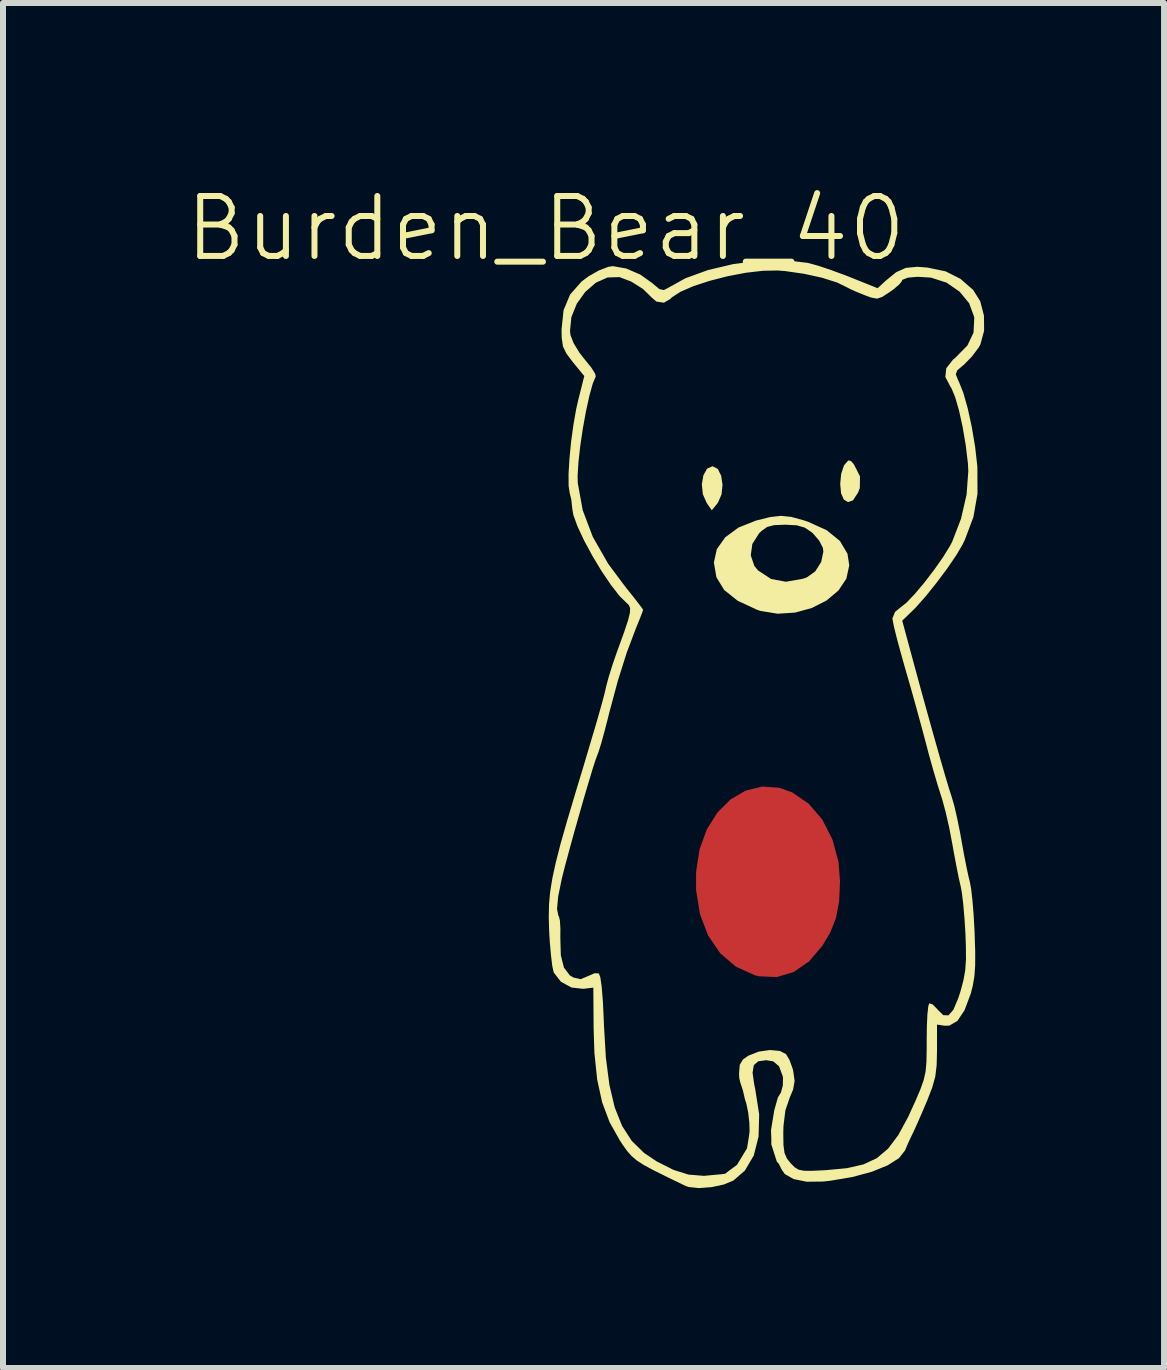
<source format=kicad_pcb>
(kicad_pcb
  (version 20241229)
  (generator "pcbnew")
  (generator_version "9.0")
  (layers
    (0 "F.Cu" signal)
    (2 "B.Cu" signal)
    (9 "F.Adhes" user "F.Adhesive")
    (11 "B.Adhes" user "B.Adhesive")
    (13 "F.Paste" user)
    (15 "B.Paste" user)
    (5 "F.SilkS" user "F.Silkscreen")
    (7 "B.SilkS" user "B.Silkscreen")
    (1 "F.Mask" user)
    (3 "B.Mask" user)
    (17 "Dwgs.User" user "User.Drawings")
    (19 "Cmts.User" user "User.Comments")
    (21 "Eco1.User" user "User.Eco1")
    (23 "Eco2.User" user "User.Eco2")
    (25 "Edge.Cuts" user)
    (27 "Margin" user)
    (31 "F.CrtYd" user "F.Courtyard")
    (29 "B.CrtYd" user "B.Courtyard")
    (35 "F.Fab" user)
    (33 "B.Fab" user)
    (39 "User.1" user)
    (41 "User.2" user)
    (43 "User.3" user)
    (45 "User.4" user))
  (footprint "Burden_Bear_40"
    (layer "F.Cu")
    (at 6.05 1.26)
    (property "Reference" "Burden_Bear_40" (at 0 -0.5 0) (unlocked yes) (layer "F.SilkS") (effects (font (size 1 1) (thickness 0.1))))
    (attr smd board_only exclude_from_bom allow_missing_courtyard)
    (fp_poly (pts (xy 3.893 8.824) (xy 4.106 8.9) (xy 4.383 9.089) (xy 4.61 9.355) (xy 4.778 9.684) (xy 4.879 10.057) (xy 4.905 10.384) (xy 4.89 10.719) (xy 4.839 10.99) (xy 4.743 11.235) (xy 4.614 11.453) (xy 4.389 11.719) (xy 4.131 11.896) (xy 3.85 11.98) (xy 3.554 11.967) (xy 3.481 11.949) (xy 3.167 11.805) (xy 2.906 11.581) (xy 2.705 11.286) (xy 2.57 10.931) (xy 2.505 10.526) (xy 2.505 10.229) (xy 2.563 9.85) (xy 2.685 9.516) (xy 2.861 9.236) (xy 3.08 9.018) (xy 3.331 8.871) (xy 3.606 8.804)) (stroke (width 0) (type solid)) (fill yes) (layer "F.Cu"))
    (fp_poly (pts (xy 2.866 3.507) (xy 2.923 3.62) (xy 2.946 3.772) (xy 2.93 3.931) (xy 2.872 4.066) (xy 2.862 4.081) (xy 2.767 4.197) (xy 2.682 4.075) (xy 2.618 3.93) (xy 2.601 3.766) (xy 2.627 3.614) (xy 2.689 3.503) (xy 2.779 3.463)) (stroke (width 0) (type solid)) (fill yes) (layer "F.SilkS"))
    (fp_poly (pts (xy 5.09 3.378) (xy 5.139 3.437) (xy 5.238 3.632) (xy 5.235 3.827) (xy 5.205 3.904) (xy 5.121 4.032) (xy 5.037 4.061) (xy 4.968 4.018) (xy 4.922 3.914) (xy 4.908 3.757) (xy 4.924 3.59) (xy 4.969 3.455) (xy 4.983 3.434) (xy 5.044 3.366)) (stroke (width 0) (type solid)) (fill yes) (layer "F.SilkS"))
    (fp_poly (pts (xy 4.094 4.308) (xy 4.3 4.365) (xy 4.37 4.388) (xy 4.683 4.53) (xy 4.903 4.709) (xy 5.029 4.921) (xy 5.059 5.116) (xy 5.011 5.337) (xy 4.879 5.535) (xy 4.681 5.701) (xy 4.434 5.827) (xy 4.156 5.903) (xy 3.866 5.922) (xy 3.58 5.876) (xy 3.52 5.856) (xy 3.2 5.707) (xy 2.975 5.528) (xy 2.844 5.314) (xy 2.802 5.069) (xy 2.828 4.95) (xy 3.417 4.95) (xy 3.477 5.127) (xy 3.539 5.201) (xy 3.756 5.343) (xy 4.004 5.389) (xy 4.287 5.339) (xy 4.352 5.316) (xy 4.492 5.216) (xy 4.591 5.059) (xy 4.627 4.887) (xy 4.619 4.823) (xy 4.558 4.704) (xy 4.452 4.581) (xy 4.434 4.566) (xy 4.318 4.487) (xy 4.185 4.448) (xy 3.994 4.438) (xy 3.988 4.438) (xy 3.808 4.445) (xy 3.691 4.475) (xy 3.597 4.541) (xy 3.555 4.582) (xy 3.443 4.759) (xy 3.417 4.95) (xy 2.828 4.95) (xy 2.851 4.846) (xy 2.991 4.648) (xy 3.213 4.485) (xy 3.501 4.37) (xy 3.738 4.311) (xy 3.921 4.29)) (stroke (width 0) (type solid)) (fill yes) (layer "F.SilkS"))
    (fp_poly (pts (xy 4.355 0.071) (xy 4.393 0.079) (xy 4.546 0.122) (xy 4.757 0.193) (xy 4.989 0.278) (xy 5.078 0.313) (xy 5.532 0.495) (xy 5.668 0.369) (xy 5.84 0.229) (xy 6.002 0.156) (xy 6.194 0.138) (xy 6.363 0.151) (xy 6.665 0.214) (xy 6.913 0.339) (xy 7.125 0.524) (xy 7.243 0.713) (xy 7.305 0.953) (xy 7.307 1.205) (xy 7.246 1.431) (xy 7.218 1.482) (xy 7.104 1.634) (xy 6.974 1.767) (xy 6.956 1.782) (xy 6.86 1.864) (xy 6.835 1.93) (xy 6.871 2.022) (xy 6.886 2.052) (xy 6.961 2.24) (xy 7.035 2.502) (xy 7.102 2.81) (xy 7.157 3.136) (xy 7.193 3.453) (xy 7.195 3.49) (xy 7.197 3.922) (xy 7.129 4.31) (xy 6.985 4.693) (xy 6.947 4.77) (xy 6.844 4.945) (xy 6.693 5.167) (xy 6.515 5.405) (xy 6.333 5.632) (xy 6.168 5.818) (xy 6.119 5.867) (xy 5.942 6.038) (xy 6.111 6.662) (xy 6.236 7.122) (xy 6.357 7.561) (xy 6.47 7.965) (xy 6.571 8.322) (xy 6.657 8.619) (xy 6.724 8.843) (xy 6.768 8.979) (xy 6.809 9.12) (xy 6.857 9.328) (xy 6.906 9.569) (xy 6.929 9.697) (xy 6.972 9.937) (xy 7.016 10.159) (xy 7.053 10.329) (xy 7.069 10.39) (xy 7.091 10.509) (xy 7.113 10.704) (xy 7.133 10.951) (xy 7.148 11.221) (xy 7.149 11.254) (xy 7.159 11.56) (xy 7.158 11.79) (xy 7.145 11.97) (xy 7.118 12.126) (xy 7.085 12.254) (xy 6.981 12.533) (xy 6.862 12.711) (xy 6.727 12.789) (xy 6.65 12.791) (xy 6.522 12.772) (xy 6.522 13.21) (xy 6.516 13.451) (xy 6.493 13.639) (xy 6.442 13.822) (xy 6.355 14.047) (xy 6.349 14.059) (xy 6.262 14.264) (xy 6.182 14.446) (xy 6.123 14.574) (xy 6.111 14.598) (xy 6.041 14.747) (xy 5.989 14.87) (xy 5.888 14.999) (xy 5.698 15.119) (xy 5.435 15.226) (xy 5.113 15.313) (xy 4.746 15.375) (xy 4.623 15.389) (xy 4.351 15.392) (xy 4.132 15.348) (xy 3.983 15.263) (xy 3.93 15.185) (xy 3.884 15.092) (xy 3.852 15.059) (xy 3.759 14.768) (xy 3.76 14.682) (xy 3.754 14.534) (xy 3.809 14.199) (xy 3.869 13.987) (xy 3.92 13.905) (xy 3.952 13.785) (xy 3.954 13.659) (xy 3.95 13.633) (xy 3.888 13.467) (xy 3.792 13.385) (xy 3.674 13.366) (xy 3.541 13.384) (xy 3.468 13.448) (xy 3.447 13.573) (xy 3.475 13.772) (xy 3.492 13.852) (xy 3.557 14.269) (xy 3.547 14.639) (xy 3.467 14.955) (xy 3.318 15.207) (xy 3.126 15.373) (xy 2.966 15.439) (xy 2.762 15.482) (xy 2.553 15.498) (xy 2.381 15.48) (xy 2.332 15.463) (xy 2.028 15.316) (xy 1.801 15.203) (xy 1.635 15.114) (xy 1.516 15.037) (xy 1.428 14.962) (xy 1.355 14.879) (xy 1.282 14.776) (xy 1.232 14.7) (xy 1.063 14.399) (xy 0.939 14.067) (xy 0.856 13.688) (xy 0.81 13.243) (xy 0.797 12.835) (xy 0.792 12.156) (xy 0.623 12.176) (xy 0.427 12.154) (xy 0.252 12.058) (xy 0.136 11.909) (xy 0.129 11.892) (xy 0.107 11.791) (xy 0.086 11.615) (xy 0.066 11.391) (xy 0.055 11.203) (xy 0.049 10.98) (xy 0.052 10.843) (xy 0.187 10.843) (xy 0.21 10.959) (xy 0.219 10.972) (xy 0.235 11.037) (xy 0.243 11.174) (xy 0.242 11.328) (xy 0.25 11.617) (xy 0.302 11.822) (xy 0.4 11.951) (xy 0.46 11.987) (xy 0.58 12.015) (xy 0.699 11.966) (xy 0.705 11.963) (xy 0.812 11.916) (xy 0.884 11.919) (xy 0.909 11.985) (xy 0.932 12.146) (xy 0.952 12.394) (xy 0.967 12.719) (xy 0.969 12.776) (xy 1.001 13.322) (xy 1.06 13.778) (xy 1.149 14.154) (xy 1.272 14.462) (xy 1.433 14.711) (xy 1.637 14.911) (xy 1.848 15.053) (xy 2.13 15.195) (xy 2.379 15.273) (xy 2.634 15.294) (xy 2.936 15.266) (xy 2.992 15.258) (xy 3.034 15.224) (xy 3.187 15.111) (xy 3.354 14.835) (xy 3.385 14.646) (xy 3.397 14.55) (xy 3.393 14.407) (xy 3.375 14.247) (xy 3.345 14.096) (xy 3.319 14.014) (xy 3.286 13.871) (xy 3.241 13.734) (xy 3.224 13.657) (xy 3.222 13.586) (xy 3.233 13.443) (xy 3.288 13.353) (xy 3.376 13.291) (xy 3.548 13.223) (xy 3.736 13.196) (xy 3.903 13.212) (xy 4.004 13.264) (xy 4.063 13.362) (xy 4.116 13.509) (xy 4.126 13.552) (xy 4.148 13.712) (xy 4.123 13.855) (xy 4.067 13.988) (xy 3.994 14.202) (xy 3.962 14.464) (xy 3.959 14.581) (xy 3.962 14.782) (xy 3.98 14.914) (xy 4.021 15.008) (xy 4.085 15.087) (xy 4.15 15.152) (xy 4.214 15.191) (xy 4.302 15.209) (xy 4.44 15.21) (xy 4.653 15.2) (xy 4.68 15.198) (xy 5.021 15.166) (xy 5.296 15.103) (xy 5.519 14.999) (xy 5.707 14.84) (xy 5.876 14.615) (xy 6.041 14.311) (xy 6.165 14.039) (xy 6.247 13.846) (xy 6.3 13.695) (xy 6.332 13.553) (xy 6.346 13.388) (xy 6.35 13.17) (xy 6.35 13.027) (xy 6.353 12.793) (xy 6.362 12.599) (xy 6.377 12.466) (xy 6.392 12.418) (xy 6.449 12.435) (xy 6.527 12.515) (xy 6.532 12.522) (xy 6.626 12.615) (xy 6.712 12.618) (xy 6.794 12.526) (xy 6.875 12.336) (xy 6.913 12.219) (xy 6.962 12.036) (xy 6.992 11.869) (xy 7.005 11.687) (xy 7.003 11.456) (xy 6.996 11.26) (xy 6.98 11.001) (xy 6.959 10.759) (xy 6.935 10.565) (xy 6.916 10.465) (xy 6.884 10.325) (xy 6.843 10.118) (xy 6.798 9.878) (xy 6.775 9.749) (xy 6.726 9.492) (xy 6.668 9.237) (xy 6.611 9.025) (xy 6.588 8.953) (xy 6.534 8.783) (xy 6.465 8.549) (xy 6.391 8.286) (xy 6.344 8.107) (xy 6.271 7.833) (xy 6.181 7.503) (xy 6.084 7.156) (xy 5.991 6.834) (xy 5.988 6.824) (xy 5.914 6.56) (xy 5.85 6.324) (xy 5.804 6.137) (xy 5.781 6.02) (xy 5.779 5.999) (xy 5.822 5.892) (xy 5.906 5.823) (xy 6.01 5.741) (xy 6.151 5.593) (xy 6.312 5.402) (xy 6.475 5.189) (xy 6.624 4.977) (xy 6.741 4.787) (xy 6.775 4.721) (xy 6.922 4.34) (xy 7.015 3.935) (xy 7.044 3.544) (xy 7.037 3.411) (xy 7 3.107) (xy 6.949 2.808) (xy 6.889 2.535) (xy 6.825 2.313) (xy 6.763 2.163) (xy 6.744 2.134) (xy 6.661 1.975) (xy 6.676 1.83) (xy 6.789 1.686) (xy 6.83 1.652) (xy 7.029 1.45) (xy 7.131 1.235) (xy 7.143 0.992) (xy 7.14 0.969) (xy 7.058 0.746) (xy 6.897 0.551) (xy 6.68 0.402) (xy 6.429 0.321) (xy 6.401 0.317) (xy 6.196 0.305) (xy 6.037 0.319) (xy 5.945 0.355) (xy 5.932 0.383) (xy 5.893 0.432) (xy 5.796 0.514) (xy 5.733 0.559) (xy 5.609 0.64) (xy 5.521 0.669) (xy 5.421 0.65) (xy 5.31 0.609) (xy 5.165 0.55) (xy 5.059 0.501) (xy 5.034 0.487) (xy 4.856 0.4) (xy 4.603 0.32) (xy 4.307 0.255) (xy 3.994 0.21) (xy 3.87 0.2) (xy 3.624 0.204) (xy 3.337 0.237) (xy 3.033 0.295) (xy 2.735 0.371) (xy 2.465 0.459) (xy 2.246 0.554) (xy 2.101 0.648) (xy 2.08 0.671) (xy 1.969 0.737) (xy 1.844 0.718) (xy 1.766 0.651) (xy 1.62 0.508) (xy 1.423 0.384) (xy 1.228 0.31) (xy 1.029 0.316) (xy 0.833 0.404) (xy 0.657 0.557) (xy 0.516 0.754) (xy 0.426 0.978) (xy 0.403 1.21) (xy 0.412 1.279) (xy 0.464 1.412) (xy 0.563 1.574) (xy 0.651 1.686) (xy 0.757 1.816) (xy 0.821 1.918) (xy 0.833 1.964) (xy 0.781 2.09) (xy 0.725 2.293) (xy 0.669 2.55) (xy 0.617 2.836) (xy 0.574 3.126) (xy 0.544 3.395) (xy 0.53 3.62) (xy 0.533 3.745) (xy 0.615 4.196) (xy 0.783 4.64) (xy 1.04 5.09) (xy 1.327 5.475) (xy 1.456 5.636) (xy 1.557 5.766) (xy 1.614 5.844) (xy 1.622 5.857) (xy 1.604 5.912) (xy 1.556 6.033) (xy 1.5 6.171) (xy 1.347 6.576) (xy 1.201 7.04) (xy 1.055 7.583) (xy 1.037 7.657) (xy 0.978 7.885) (xy 0.924 8.082) (xy 0.88 8.222) (xy 0.861 8.273) (xy 0.831 8.353) (xy 0.779 8.514) (xy 0.712 8.737) (xy 0.633 9.003) (xy 0.55 9.294) (xy 0.466 9.591) (xy 0.388 9.875) (xy 0.32 10.128) (xy 0.268 10.332) (xy 0.266 10.342) (xy 0.206 10.636) (xy 0.187 10.843) (xy 0.052 10.843) (xy 0.053 10.771) (xy 0.072 10.56) (xy 0.109 10.332) (xy 0.166 10.07) (xy 0.246 9.758) (xy 0.353 9.382) (xy 0.489 8.925) (xy 0.496 8.902) (xy 0.633 8.449) (xy 0.742 8.082) (xy 0.829 7.791) (xy 0.894 7.564) (xy 0.943 7.389) (xy 0.978 7.257) (xy 1.002 7.154) (xy 1.007 7.132) (xy 1.045 6.988) (xy 1.108 6.785) (xy 1.185 6.561) (xy 1.211 6.49) (xy 1.308 6.222) (xy 1.371 6.033) (xy 1.402 5.907) (xy 1.405 5.827) (xy 1.383 5.776) (xy 1.356 5.751) (xy 1.233 5.631) (xy 1.087 5.444) (xy 0.931 5.214) (xy 0.778 4.96) (xy 0.64 4.705) (xy 0.53 4.471) (xy 0.46 4.28) (xy 0.441 4.173) (xy 0.425 4.018) (xy 0.399 3.915) (xy 0.38 3.792) (xy 0.379 3.592) (xy 0.394 3.339) (xy 0.421 3.058) (xy 0.46 2.773) (xy 0.507 2.507) (xy 0.539 2.365) (xy 0.641 1.959) (xy 0.451 1.728) (xy 0.343 1.585) (xy 0.286 1.466) (xy 0.265 1.325) (xy 0.262 1.184) (xy 0.296 0.861) (xy 0.405 0.6) (xy 0.596 0.384) (xy 0.717 0.294) (xy 0.884 0.199) (xy 1.041 0.139) (xy 1.116 0.127) (xy 1.338 0.166) (xy 1.574 0.267) (xy 1.779 0.413) (xy 1.79 0.424) (xy 1.894 0.51) (xy 1.966 0.526) (xy 2.021 0.499) (xy 2.326 0.33) (xy 2.702 0.193) (xy 3.12 0.094) (xy 3.554 0.038) (xy 3.975 0.028)) (stroke (width 0) (type solid)) (fill yes) (layer "F.SilkS")))
  (gr_rect
    (start -3 -3)
    (end 16.357 19.758)
    (stroke (width 0.1) (type default))
    (fill no)
    (layer "Edge.Cuts")))
</source>
